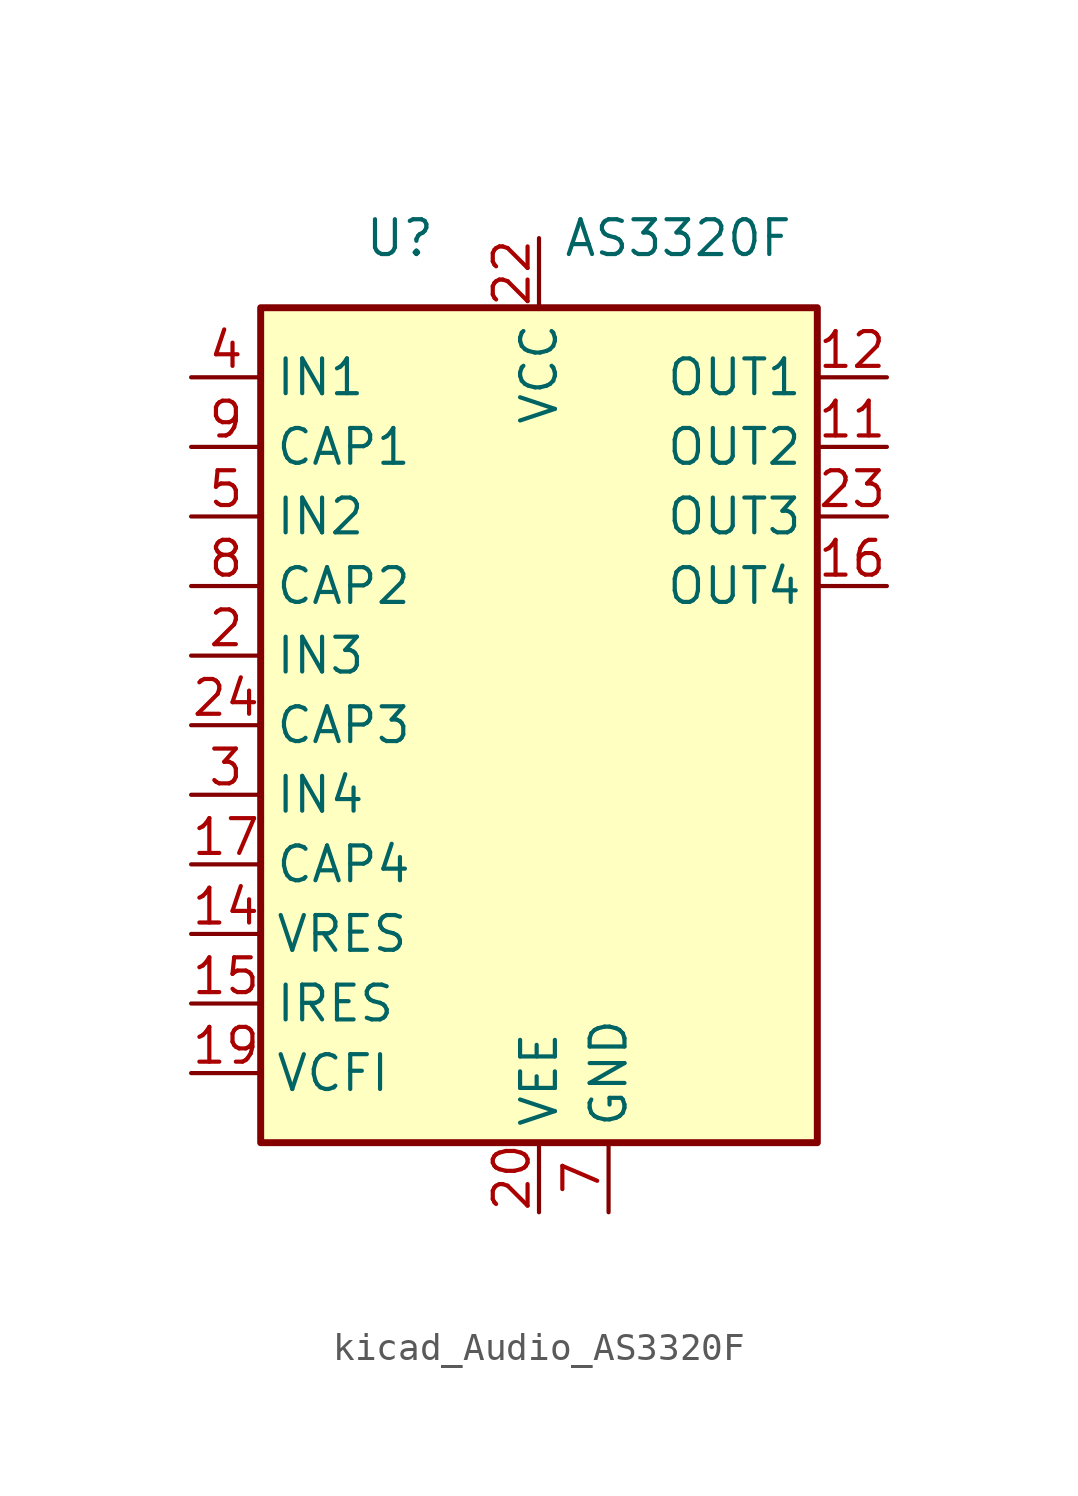
<source format=kicad_sym>
(kicad_symbol_lib
  (version 20220914)
  (generator kicad_symbol_editor)
  (symbol "kicad_Audio_AS3320F"
    (property "Reference" "U"
      (at -5.08 17.78 0)
      (effects (font (size 1.27 1.27))))
    (property "Value" "AS3320F"
      (at 5.08 17.78 0)
      (effects (font (size 1.27 1.27))))
    (symbol "kicad_Audio_AS3320F_0_1"
      (rectangle (start -10.16 15.24) (end 10.16 -15.24) (stroke (width 0.254) (type default)) (fill (type background))))
    (symbol "kicad_Audio_AS3320F_1_1"
      (pin no_connect line (at 10.16 0 180) (length 2.54) hide (name "NC" (effects (font (size 1.27 1.27)))) (number "1" (effects (font (size 1.27 1.27)))))
      (pin no_connect line (at 10.16 -5.08 180) (length 2.54) hide (name "NC" (effects (font (size 1.27 1.27)))) (number "10" (effects (font (size 1.27 1.27)))))
      (pin output line (at 12.7 10.16 180) (length 2.54) (name "OUT2" (effects (font (size 1.27 1.27)))) (number "11" (effects (font (size 1.27 1.27)))))
      (pin output line (at 12.7 12.7 180) (length 2.54) (name "OUT1" (effects (font (size 1.27 1.27)))) (number "12" (effects (font (size 1.27 1.27)))))
      (pin no_connect line (at 10.16 -7.62 180) (length 2.54) hide (name "NC" (effects (font (size 1.27 1.27)))) (number "13" (effects (font (size 1.27 1.27)))))
      (pin input line (at -12.7 -7.62 0) (length 2.54) (name "VRES" (effects (font (size 1.27 1.27)))) (number "14" (effects (font (size 1.27 1.27)))))
      (pin input line (at -12.7 -10.16 0) (length 2.54) (name "IRES" (effects (font (size 1.27 1.27)))) (number "15" (effects (font (size 1.27 1.27)))))
      (pin output line (at 12.7 5.08 180) (length 2.54) (name "OUT4" (effects (font (size 1.27 1.27)))) (number "16" (effects (font (size 1.27 1.27)))))
      (pin passive line (at -12.7 -5.08 0) (length 2.54) (name "CAP4" (effects (font (size 1.27 1.27)))) (number "17" (effects (font (size 1.27 1.27)))))
      (pin no_connect line (at 10.16 -10.16 180) (length 2.54) hide (name "NC" (effects (font (size 1.27 1.27)))) (number "18" (effects (font (size 1.27 1.27)))))
      (pin input line (at -12.7 -12.7 0) (length 2.54) (name "VCFI" (effects (font (size 1.27 1.27)))) (number "19" (effects (font (size 1.27 1.27)))))
      (pin input line (at -12.7 2.54 0) (length 2.54) (name "IN3" (effects (font (size 1.27 1.27)))) (number "2" (effects (font (size 1.27 1.27)))))
      (pin power_in line (at 0 -17.78 90) (length 2.54) (name "VEE" (effects (font (size 1.27 1.27)))) (number "20" (effects (font (size 1.27 1.27)))))
      (pin no_connect line (at 10.16 -12.7 180) (length 2.54) hide (name "NC" (effects (font (size 1.27 1.27)))) (number "21" (effects (font (size 1.27 1.27)))))
      (pin power_in line (at 0 17.78 270) (length 2.54) (name "VCC" (effects (font (size 1.27 1.27)))) (number "22" (effects (font (size 1.27 1.27)))))
      (pin output line (at 12.7 7.62 180) (length 2.54) (name "OUT3" (effects (font (size 1.27 1.27)))) (number "23" (effects (font (size 1.27 1.27)))))
      (pin passive line (at -12.7 0 0) (length 2.54) (name "CAP3" (effects (font (size 1.27 1.27)))) (number "24" (effects (font (size 1.27 1.27)))))
      (pin input line (at -12.7 -2.54 0) (length 2.54) (name "IN4" (effects (font (size 1.27 1.27)))) (number "3" (effects (font (size 1.27 1.27)))))
      (pin input line (at -12.7 12.7 0) (length 2.54) (name "IN1" (effects (font (size 1.27 1.27)))) (number "4" (effects (font (size 1.27 1.27)))))
      (pin input line (at -12.7 7.62 0) (length 2.54) (name "IN2" (effects (font (size 1.27 1.27)))) (number "5" (effects (font (size 1.27 1.27)))))
      (pin no_connect line (at 10.16 -2.54 180) (length 2.54) hide (name "NC" (effects (font (size 1.27 1.27)))) (number "6" (effects (font (size 1.27 1.27)))))
      (pin power_in line (at 2.54 -17.78 90) (length 2.54) (name "GND" (effects (font (size 1.27 1.27)))) (number "7" (effects (font (size 1.27 1.27)))))
      (pin passive line (at -12.7 5.08 0) (length 2.54) (name "CAP2" (effects (font (size 1.27 1.27)))) (number "8" (effects (font (size 1.27 1.27)))))
      (pin passive line (at -12.7 10.16 0) (length 2.54) (name "CAP1" (effects (font (size 1.27 1.27)))) (number "9" (effects (font (size 1.27 1.27))))))))
</source>
